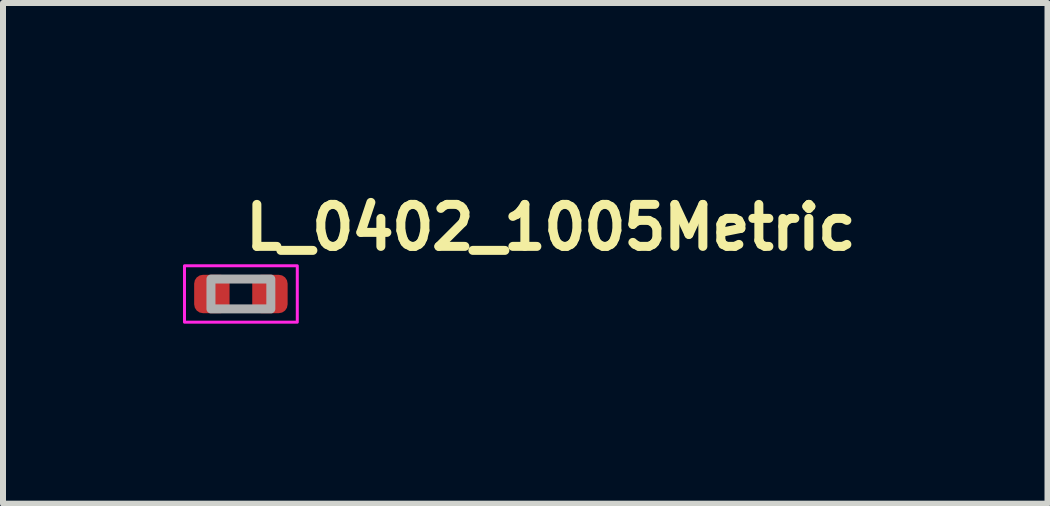
<source format=kicad_pcb>
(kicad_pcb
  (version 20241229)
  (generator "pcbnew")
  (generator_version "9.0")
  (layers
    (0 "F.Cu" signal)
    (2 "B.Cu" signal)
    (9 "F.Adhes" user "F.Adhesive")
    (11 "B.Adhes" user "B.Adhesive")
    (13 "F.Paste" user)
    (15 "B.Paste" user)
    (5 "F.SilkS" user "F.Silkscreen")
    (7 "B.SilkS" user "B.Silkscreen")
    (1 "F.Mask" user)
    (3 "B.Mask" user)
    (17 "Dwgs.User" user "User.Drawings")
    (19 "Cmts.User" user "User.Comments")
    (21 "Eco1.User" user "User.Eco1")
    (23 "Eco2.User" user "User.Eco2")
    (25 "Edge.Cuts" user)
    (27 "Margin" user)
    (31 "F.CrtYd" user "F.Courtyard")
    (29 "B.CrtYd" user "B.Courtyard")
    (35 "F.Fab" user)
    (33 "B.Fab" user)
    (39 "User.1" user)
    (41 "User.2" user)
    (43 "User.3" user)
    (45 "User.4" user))
  (footprint "L_0402_1005Metric"
    (layer "F.Cu")
    (at 0.965 1.85)
    (property "Reference" "L_0402_1005Metric" (at 0.001 -0.7 0) (layer "F.SilkS") (effects (font (size 0.7 0.7) (thickness 0.15)) (justify left bottom)))
    (attr smd)
    (fp_rect (start -0.94 -0.47) (end 0.94 0.47) (stroke (width 0.05) (type solid)) (fill no) (layer "F.CrtYd"))
    (fp_rect (start -0.499 -0.249) (end 0.499 0.249) (stroke (width 0.15) (type solid)) (fill no) (layer "F.Fab"))
    (fp_line (start -0.499 -0.244) (end -0.499 -0.243) (stroke (width 0.1) (type solid)) (layer "User.5"))
    (fp_line (start -0.499 -0.243) (end -0.499 -0.243) (stroke (width 0.1) (type solid)) (layer "User.5"))
    (fp_line (start -0.499 -0.243) (end -0.499 -0.242) (stroke (width 0.1) (type solid)) (layer "User.5"))
    (fp_line (start -0.499 -0.242) (end -0.499 -0.242) (stroke (width 0.1) (type solid)) (layer "User.5"))
    (fp_line (start -0.499 -0.242) (end -0.499 -0.242) (stroke (width 0.1) (type solid)) (layer "User.5"))
    (fp_line (start -0.499 -0.242) (end -0.499 -0.241) (stroke (width 0.1) (type solid)) (layer "User.5"))
    (fp_line (start -0.499 -0.241) (end -0.499 -0.241) (stroke (width 0.1) (type solid)) (layer "User.5"))
    (fp_line (start -0.499 -0.241) (end -0.499 -0.24) (stroke (width 0.1) (type solid)) (layer "User.5"))
    (fp_line (start -0.499 -0.24) (end -0.499 -0.239) (stroke (width 0.1) (type solid)) (layer "User.5"))
    (fp_line (start -0.499 -0.239) (end -0.499 -0.239) (stroke (width 0.1) (type solid)) (layer "User.5"))
    (fp_line (start -0.499 -0.239) (end -0.499 -0.239) (stroke (width 0.1) (type solid)) (layer "User.5"))
    (fp_line (start -0.499 -0.239) (end -0.499 -0.239) (stroke (width 0.1) (type solid)) (layer "User.5"))
    (fp_line (start -0.499 0.24) (end -0.499 -0.239) (stroke (width 0.1) (type solid)) (layer "User.5"))
    (fp_line (start -0.499 0.24) (end -0.499 0.24) (stroke (width 0.1) (type solid)) (layer "User.5"))
    (fp_line (start -0.499 0.24) (end -0.499 0.24) (stroke (width 0.1) (type solid)) (layer "User.5"))
    (fp_line (start -0.499 0.24) (end -0.499 0.24) (stroke (width 0.1) (type solid)) (layer "User.5"))
    (fp_line (start -0.499 0.24) (end -0.499 0.24) (stroke (width 0.1) (type solid)) (layer "User.5"))
    (fp_line (start -0.499 0.24) (end -0.499 0.24) (stroke (width 0.1) (type solid)) (layer "User.5"))
    (fp_line (start -0.499 0.24) (end -0.499 0.241) (stroke (width 0.1) (type solid)) (layer "User.5"))
    (fp_line (start -0.499 0.241) (end -0.499 0.241) (stroke (width 0.1) (type solid)) (layer "User.5"))
    (fp_line (start -0.499 0.241) (end -0.499 0.241) (stroke (width 0.1) (type solid)) (layer "User.5"))
    (fp_line (start -0.499 0.241) (end -0.499 0.242) (stroke (width 0.1) (type solid)) (layer "User.5"))
    (fp_line (start -0.499 0.242) (end -0.499 0.242) (stroke (width 0.1) (type solid)) (layer "User.5"))
    (fp_line (start -0.499 0.242) (end -0.499 0.243) (stroke (width 0.1) (type solid)) (layer "User.5"))
    (fp_line (start -0.499 0.243) (end -0.498 0.243) (stroke (width 0.1) (type solid)) (layer "User.5"))
    (fp_line (start -0.498 -0.245) (end -0.498 -0.245) (stroke (width 0.1) (type solid)) (layer "User.5"))
    (fp_line (start -0.498 -0.245) (end -0.498 -0.245) (stroke (width 0.1) (type solid)) (layer "User.5"))
    (fp_line (start -0.498 -0.245) (end -0.498 -0.244) (stroke (width 0.1) (type solid)) (layer "User.5"))
    (fp_line (start -0.498 -0.244) (end -0.499 -0.244) (stroke (width 0.1) (type solid)) (layer "User.5"))
    (fp_line (start -0.498 0.243) (end -0.498 0.244) (stroke (width 0.1) (type solid)) (layer "User.5"))
    (fp_line (start -0.498 0.244) (end -0.498 0.244) (stroke (width 0.1) (type solid)) (layer "User.5"))
    (fp_line (start -0.498 0.244) (end -0.498 0.244) (stroke (width 0.1) (type solid)) (layer "User.5"))
    (fp_line (start -0.498 0.244) (end -0.497 0.245) (stroke (width 0.1) (type solid)) (layer "User.5"))
    (fp_line (start -0.497 -0.247) (end -0.497 -0.246) (stroke (width 0.1) (type solid)) (layer "User.5"))
    (fp_line (start -0.497 -0.246) (end -0.498 -0.245) (stroke (width 0.1) (type solid)) (layer "User.5"))
    (fp_line (start -0.497 -0.246) (end -0.497 -0.246) (stroke (width 0.1) (type solid)) (layer "User.5"))
    (fp_line (start -0.497 0.245) (end -0.497 0.245) (stroke (width 0.1) (type solid)) (layer "User.5"))
    (fp_line (start -0.497 0.245) (end -0.497 0.246) (stroke (width 0.1) (type solid)) (layer "User.5"))
    (fp_line (start -0.497 0.246) (end -0.496 0.246) (stroke (width 0.1) (type solid)) (layer "User.5"))
    (fp_line (start -0.496 -0.247) (end -0.497 -0.247) (stroke (width 0.1) (type solid)) (layer "User.5"))
    (fp_line (start -0.496 -0.247) (end -0.496 -0.247) (stroke (width 0.1) (type solid)) (layer "User.5"))
    (fp_line (start -0.496 0.246) (end -0.496 0.246) (stroke (width 0.1) (type solid)) (layer "User.5"))
    (fp_line (start -0.496 0.246) (end -0.495 0.247) (stroke (width 0.1) (type solid)) (layer "User.5"))
    (fp_line (start -0.495 -0.248) (end -0.496 -0.247) (stroke (width 0.1) (type solid)) (layer "User.5"))
    (fp_line (start -0.495 -0.248) (end -0.495 -0.248) (stroke (width 0.1) (type solid)) (layer "User.5"))
    (fp_line (start -0.495 -0.248) (end -0.495 -0.248) (stroke (width 0.1) (type solid)) (layer "User.5"))
    (fp_line (start -0.495 0.247) (end -0.495 0.247) (stroke (width 0.1) (type solid)) (layer "User.5"))
    (fp_line (start -0.495 0.247) (end -0.495 0.247) (stroke (width 0.1) (type solid)) (layer "User.5"))
    (fp_line (start -0.495 0.247) (end -0.494 0.247) (stroke (width 0.1) (type solid)) (layer "User.5"))
    (fp_line (start -0.494 -0.249) (end -0.494 -0.248) (stroke (width 0.1) (type solid)) (layer "User.5"))
    (fp_line (start -0.494 -0.248) (end -0.495 -0.248) (stroke (width 0.1) (type solid)) (layer "User.5"))
    (fp_line (start -0.494 0.247) (end -0.494 0.248) (stroke (width 0.1) (type solid)) (layer "User.5"))
    (fp_line (start -0.494 0.248) (end -0.493 0.248) (stroke (width 0.1) (type solid)) (layer "User.5"))
    (fp_line (start -0.493 -0.249) (end -0.494 -0.249) (stroke (width 0.1) (type solid)) (layer "User.5"))
    (fp_line (start -0.493 -0.249) (end -0.493 -0.249) (stroke (width 0.1) (type solid)) (layer "User.5"))
    (fp_line (start -0.493 0.248) (end -0.493 0.248) (stroke (width 0.1) (type solid)) (layer "User.5"))
    (fp_line (start -0.493 0.248) (end -0.492 0.248) (stroke (width 0.1) (type solid)) (layer "User.5"))
    (fp_line (start -0.492 -0.249) (end -0.493 -0.249) (stroke (width 0.1) (type solid)) (layer "User.5"))
    (fp_line (start -0.492 -0.249) (end -0.492 -0.249) (stroke (width 0.1) (type solid)) (layer "User.5"))
    (fp_line (start -0.492 -0.249) (end -0.492 -0.249) (stroke (width 0.1) (type solid)) (layer "User.5"))
    (fp_line (start -0.492 0.248) (end -0.492 0.248) (stroke (width 0.1) (type solid)) (layer "User.5"))
    (fp_line (start -0.492 0.248) (end -0.492 0.248) (stroke (width 0.1) (type solid)) (layer "User.5"))
    (fp_line (start -0.492 0.248) (end -0.491 0.248) (stroke (width 0.1) (type solid)) (layer "User.5"))
    (fp_line (start -0.491 -0.249) (end -0.492 -0.249) (stroke (width 0.1) (type solid)) (layer "User.5"))
    (fp_line (start -0.491 -0.249) (end -0.491 -0.249) (stroke (width 0.1) (type solid)) (layer "User.5"))
    (fp_line (start -0.491 0.248) (end -0.491 0.248) (stroke (width 0.1) (type solid)) (layer "User.5"))
    (fp_line (start -0.491 0.248) (end -0.49 0.248) (stroke (width 0.1) (type solid)) (layer "User.5"))
    (fp_line (start -0.489 -0.249) (end -0.299 -0.249) (stroke (width 0.1) (type solid)) (layer "User.5"))
    (fp_line (start -0.299 -0.249) (end -0.299 -0.239) (stroke (width 0.1) (type solid)) (layer "User.5"))
    (fp_line (start -0.299 -0.239) (end -0.299 0.24) (stroke (width 0.1) (type solid)) (layer "User.5"))
    (fp_line (start -0.299 -0.239) (end 0.298 -0.239) (stroke (width 0.1) (type solid)) (layer "User.5"))
    (fp_line (start -0.299 0.24) (end -0.299 0.248) (stroke (width 0.1) (type solid)) (layer "User.5"))
    (fp_line (start -0.299 0.24) (end 0.298 0.24) (stroke (width 0.1) (type solid)) (layer "User.5"))
    (fp_line (start -0.299 0.248) (end -0.489 0.248) (stroke (width 0.1) (type solid)) (layer "User.5"))
    (fp_line (start 0.298 -0.249) (end 0.298 -0.239) (stroke (width 0.1) (type solid)) (layer "User.5"))
    (fp_line (start 0.298 -0.239) (end 0.298 0.24) (stroke (width 0.1) (type solid)) (layer "User.5"))
    (fp_line (start 0.298 0.24) (end 0.298 0.248) (stroke (width 0.1) (type solid)) (layer "User.5"))
    (fp_line (start 0.298 0.248) (end 0.488 0.248) (stroke (width 0.1) (type solid)) (layer "User.5"))
    (fp_line (start 0.488 -0.249) (end 0.298 -0.249) (stroke (width 0.1) (type solid)) (layer "User.5"))
    (fp_line (start 0.49 0.248) (end 0.491 0.248) (stroke (width 0.1) (type solid)) (layer "User.5"))
    (fp_line (start 0.491 -0.249) (end 0.49 -0.249) (stroke (width 0.1) (type solid)) (layer "User.5"))
    (fp_line (start 0.491 -0.249) (end 0.491 -0.249) (stroke (width 0.1) (type solid)) (layer "User.5"))
    (fp_line (start 0.491 -0.249) (end 0.491 -0.249) (stroke (width 0.1) (type solid)) (layer "User.5"))
    (fp_line (start 0.491 0.248) (end 0.491 0.248) (stroke (width 0.1) (type solid)) (layer "User.5"))
    (fp_line (start 0.491 0.248) (end 0.491 0.248) (stroke (width 0.1) (type solid)) (layer "User.5"))
    (fp_line (start 0.491 0.248) (end 0.492 0.248) (stroke (width 0.1) (type solid)) (layer "User.5"))
    (fp_line (start 0.492 -0.249) (end 0.491 -0.249) (stroke (width 0.1) (type solid)) (layer "User.5"))
    (fp_line (start 0.492 -0.249) (end 0.492 -0.249) (stroke (width 0.1) (type solid)) (layer "User.5"))
    (fp_line (start 0.492 0.248) (end 0.492 0.248) (stroke (width 0.1) (type solid)) (layer "User.5"))
    (fp_line (start 0.492 0.248) (end 0.493 0.248) (stroke (width 0.1) (type solid)) (layer "User.5"))
    (fp_line (start 0.493 -0.249) (end 0.492 -0.249) (stroke (width 0.1) (type solid)) (layer "User.5"))
    (fp_line (start 0.493 -0.248) (end 0.493 -0.249) (stroke (width 0.1) (type solid)) (layer "User.5"))
    (fp_line (start 0.493 0.247) (end 0.494 0.247) (stroke (width 0.1) (type solid)) (layer "User.5"))
    (fp_line (start 0.493 0.248) (end 0.493 0.247) (stroke (width 0.1) (type solid)) (layer "User.5"))
    (fp_line (start 0.494 -0.248) (end 0.493 -0.248) (stroke (width 0.1) (type solid)) (layer "User.5"))
    (fp_line (start 0.494 -0.248) (end 0.494 -0.248) (stroke (width 0.1) (type solid)) (layer "User.5"))
    (fp_line (start 0.494 -0.248) (end 0.494 -0.248) (stroke (width 0.1) (type solid)) (layer "User.5"))
    (fp_line (start 0.494 0.247) (end 0.494 0.247) (stroke (width 0.1) (type solid)) (layer "User.5"))
    (fp_line (start 0.494 0.247) (end 0.494 0.247) (stroke (width 0.1) (type solid)) (layer "User.5"))
    (fp_line (start 0.494 0.247) (end 0.495 0.246) (stroke (width 0.1) (type solid)) (layer "User.5"))
    (fp_line (start 0.495 -0.247) (end 0.494 -0.248) (stroke (width 0.1) (type solid)) (layer "User.5"))
    (fp_line (start 0.495 -0.247) (end 0.495 -0.247) (stroke (width 0.1) (type solid)) (layer "User.5"))
    (fp_line (start 0.495 0.246) (end 0.495 0.246) (stroke (width 0.1) (type solid)) (layer "User.5"))
    (fp_line (start 0.495 0.246) (end 0.496 0.246) (stroke (width 0.1) (type solid)) (layer "User.5"))
    (fp_line (start 0.496 -0.247) (end 0.495 -0.247) (stroke (width 0.1) (type solid)) (layer "User.5"))
    (fp_line (start 0.496 -0.246) (end 0.496 -0.247) (stroke (width 0.1) (type solid)) (layer "User.5"))
    (fp_line (start 0.496 -0.246) (end 0.496 -0.246) (stroke (width 0.1) (type solid)) (layer "User.5"))
    (fp_line (start 0.496 0.245) (end 0.496 0.245) (stroke (width 0.1) (type solid)) (layer "User.5"))
    (fp_line (start 0.496 0.245) (end 0.497 0.244) (stroke (width 0.1) (type solid)) (layer "User.5"))
    (fp_line (start 0.496 0.246) (end 0.496 0.245) (stroke (width 0.1) (type solid)) (layer "User.5"))
    (fp_line (start 0.497 -0.245) (end 0.496 -0.246) (stroke (width 0.1) (type solid)) (layer "User.5"))
    (fp_line (start 0.497 -0.245) (end 0.497 -0.245) (stroke (width 0.1) (type solid)) (layer "User.5"))
    (fp_line (start 0.497 -0.245) (end 0.497 -0.245) (stroke (width 0.1) (type solid)) (layer "User.5"))
    (fp_line (start 0.497 -0.244) (end 0.497 -0.245) (stroke (width 0.1) (type solid)) (layer "User.5"))
    (fp_line (start 0.497 0.243) (end 0.498 0.243) (stroke (width 0.1) (type solid)) (layer "User.5"))
    (fp_line (start 0.497 0.244) (end 0.497 0.243) (stroke (width 0.1) (type solid)) (layer "User.5"))
    (fp_line (start 0.497 0.244) (end 0.497 0.244) (stroke (width 0.1) (type solid)) (layer "User.5"))
    (fp_line (start 0.497 0.244) (end 0.497 0.244) (stroke (width 0.1) (type solid)) (layer "User.5"))
    (fp_line (start 0.498 -0.244) (end 0.497 -0.244) (stroke (width 0.1) (type solid)) (layer "User.5"))
    (fp_line (start 0.498 -0.243) (end 0.498 -0.244) (stroke (width 0.1) (type solid)) (layer "User.5"))
    (fp_line (start 0.498 -0.243) (end 0.498 -0.243) (stroke (width 0.1) (type solid)) (layer "User.5"))
    (fp_line (start 0.498 -0.242) (end 0.498 -0.243) (stroke (width 0.1) (type solid)) (layer "User.5"))
    (fp_line (start 0.498 -0.242) (end 0.498 -0.242) (stroke (width 0.1) (type solid)) (layer "User.5"))
    (fp_line (start 0.498 -0.242) (end 0.498 -0.242) (stroke (width 0.1) (type solid)) (layer "User.5"))
    (fp_line (start 0.498 -0.241) (end 0.498 -0.242) (stroke (width 0.1) (type solid)) (layer "User.5"))
    (fp_line (start 0.498 -0.241) (end 0.498 -0.241) (stroke (width 0.1) (type solid)) (layer "User.5"))
    (fp_line (start 0.498 -0.24) (end 0.498 -0.241) (stroke (width 0.1) (type solid)) (layer "User.5"))
    (fp_line (start 0.498 0.24) (end 0.498 -0.239) (stroke (width 0.1) (type solid)) (layer "User.5"))
    (fp_line (start 0.498 0.24) (end 0.498 0.24) (stroke (width 0.1) (type solid)) (layer "User.5"))
    (fp_line (start 0.498 0.241) (end 0.498 0.24) (stroke (width 0.1) (type solid)) (layer "User.5"))
    (fp_line (start 0.498 0.241) (end 0.498 0.241) (stroke (width 0.1) (type solid)) (layer "User.5"))
    (fp_line (start 0.498 0.241) (end 0.498 0.241) (stroke (width 0.1) (type solid)) (layer "User.5"))
    (fp_line (start 0.498 0.242) (end 0.498 0.241) (stroke (width 0.1) (type solid)) (layer "User.5"))
    (fp_line (start 0.498 0.242) (end 0.498 0.242) (stroke (width 0.1) (type solid)) (layer "User.5"))
    (fp_line (start 0.498 0.243) (end 0.498 0.242) (stroke (width 0.1) (type solid)) (layer "User.5"))
    (fp_rect (start -0.499 -0.249) (end 0.498 0.248) (stroke (width 0.1) (type solid)) (fill no) (layer "User.5"))
    (fp_line (start -0.499 -0.244) (end -0.499 -0.243) (stroke (width 0.02) (type solid)) (layer "User.9"))
    (fp_line (start -0.499 -0.243) (end -0.499 -0.243) (stroke (width 0.02) (type solid)) (layer "User.9"))
    (fp_line (start -0.499 -0.243) (end -0.499 -0.242) (stroke (width 0.02) (type solid)) (layer "User.9"))
    (fp_line (start -0.499 -0.242) (end -0.499 -0.242) (stroke (width 0.02) (type solid)) (layer "User.9"))
    (fp_line (start -0.499 -0.242) (end -0.499 -0.242) (stroke (width 0.02) (type solid)) (layer "User.9"))
    (fp_line (start -0.499 -0.242) (end -0.499 -0.241) (stroke (width 0.02) (type solid)) (layer "User.9"))
    (fp_line (start -0.499 -0.241) (end -0.499 -0.241) (stroke (width 0.02) (type solid)) (layer "User.9"))
    (fp_line (start -0.499 -0.241) (end -0.499 -0.24) (stroke (width 0.02) (type solid)) (layer "User.9"))
    (fp_line (start -0.499 -0.24) (end -0.499 -0.239) (stroke (width 0.02) (type solid)) (layer "User.9"))
    (fp_line (start -0.499 -0.239) (end -0.499 -0.239) (stroke (width 0.02) (type solid)) (layer "User.9"))
    (fp_line (start -0.499 -0.239) (end -0.499 -0.239) (stroke (width 0.02) (type solid)) (layer "User.9"))
    (fp_line (start -0.499 -0.239) (end -0.499 -0.239) (stroke (width 0.02) (type solid)) (layer "User.9"))
    (fp_line (start -0.499 -0.239) (end -0.499 -0.239) (stroke (width 0.02) (type solid)) (layer "User.9"))
    (fp_line (start -0.499 -0.239) (end -0.499 -0.239) (stroke (width 0.02) (type solid)) (layer "User.9"))
    (fp_line (start -0.499 -0.239) (end -0.499 -0.239) (stroke (width 0.02) (type solid)) (layer "User.9"))
    (fp_line (start -0.499 -0.239) (end -0.499 -0.239) (stroke (width 0.02) (type solid)) (layer "User.9"))
    (fp_line (start -0.499 -0.239) (end -0.499 -0.238) (stroke (width 0.02) (type solid)) (layer "User.9"))
    (fp_line (start -0.499 -0.238) (end -0.499 -0.238) (stroke (width 0.02) (type solid)) (layer "User.9"))
    (fp_line (start -0.499 -0.238) (end -0.499 -0.237) (stroke (width 0.02) (type solid)) (layer "User.9"))
    (fp_line (start -0.499 -0.237) (end -0.498 -0.237) (stroke (width 0.02) (type solid)) (layer "User.9"))
    (fp_line (start -0.499 0.236) (end -0.499 0.237) (stroke (width 0.02) (type solid)) (layer "User.9"))
    (fp_line (start -0.499 0.237) (end -0.499 0.237) (stroke (width 0.02) (type solid)) (layer "User.9"))
    (fp_line (start -0.499 0.237) (end -0.499 0.238) (stroke (width 0.02) (type solid)) (layer "User.9"))
    (fp_line (start -0.499 0.238) (end -0.499 0.238) (stroke (width 0.02) (type solid)) (layer "User.9"))
    (fp_line (start -0.499 0.238) (end -0.499 0.238) (stroke (width 0.02) (type solid)) (layer "User.9"))
    (fp_line (start -0.499 0.238) (end -0.499 0.239) (stroke (width 0.02) (type solid)) (layer "User.9"))
    (fp_line (start -0.499 0.239) (end -0.499 0.239) (stroke (width 0.02) (type solid)) (layer "User.9"))
    (fp_line (start -0.499 0.239) (end -0.499 0.24) (stroke (width 0.02) (type solid)) (layer "User.9"))
    (fp_line (start -0.499 0.24) (end -0.499 -0.239) (stroke (width 0.02) (type solid)) (layer "User.9"))
    (fp_line (start -0.499 0.24) (end -0.499 0.24) (stroke (width 0.02) (type solid)) (layer "User.9"))
    (fp_line (start -0.499 0.24) (end -0.499 0.24) (stroke (width 0.02) (type solid)) (layer "User.9"))
    (fp_line (start -0.499 0.24) (end -0.499 0.24) (stroke (width 0.02) (type solid)) (layer "User.9"))
    (fp_line (start -0.499 0.24) (end -0.499 0.24) (stroke (width 0.02) (type solid)) (layer "User.9"))
    (fp_line (start -0.499 0.24) (end -0.499 0.24) (stroke (width 0.02) (type solid)) (layer "User.9"))
    (fp_line (start -0.499 0.24) (end -0.499 0.241) (stroke (width 0.02) (type solid)) (layer "User.9"))
    (fp_line (start -0.499 0.241) (end -0.499 0.241) (stroke (width 0.02) (type solid)) (layer "User.9"))
    (fp_line (start -0.499 0.241) (end -0.499 0.241) (stroke (width 0.02) (type solid)) (layer "User.9"))
    (fp_line (start -0.499 0.241) (end -0.499 0.242) (stroke (width 0.02) (type solid)) (layer "User.9"))
    (fp_line (start -0.499 0.242) (end -0.499 0.242) (stroke (width 0.02) (type solid)) (layer "User.9"))
    (fp_line (start -0.499 0.242) (end -0.499 0.243) (stroke (width 0.02) (type solid)) (layer "User.9"))
    (fp_line (start -0.499 0.243) (end -0.498 0.243) (stroke (width 0.02) (type solid)) (layer "User.9"))
    (fp_line (start -0.498 -0.245) (end -0.498 -0.245) (stroke (width 0.02) (type solid)) (layer "User.9"))
    (fp_line (start -0.498 -0.245) (end -0.498 -0.245) (stroke (width 0.02) (type solid)) (layer "User.9"))
    (fp_line (start -0.498 -0.245) (end -0.498 -0.244) (stroke (width 0.02) (type solid)) (layer "User.9"))
    (fp_line (start -0.498 -0.244) (end -0.499 -0.244) (stroke (width 0.02) (type solid)) (layer "User.9"))
    (fp_line (start -0.498 -0.237) (end -0.498 -0.236) (stroke (width 0.02) (type solid)) (layer "User.9"))
    (fp_line (start -0.498 -0.236) (end -0.498 -0.236) (stroke (width 0.02) (type solid)) (layer "User.9"))
    (fp_line (start -0.498 -0.236) (end -0.498 -0.236) (stroke (width 0.02) (type solid)) (layer "User.9"))
    (fp_line (start -0.498 -0.236) (end -0.497 -0.235) (stroke (width 0.02) (type solid)) (layer "User.9"))
    (fp_line (start -0.498 0.235) (end -0.498 0.235) (stroke (width 0.02) (type solid)) (layer "User.9"))
    (fp_line (start -0.498 0.235) (end -0.498 0.235) (stroke (width 0.02) (type solid)) (layer "User.9"))
    (fp_line (start -0.498 0.235) (end -0.498 0.236) (stroke (width 0.02) (type solid)) (layer "User.9"))
    (fp_line (start -0.498 0.236) (end -0.499 0.236) (stroke (width 0.02) (type solid)) (layer "User.9"))
    (fp_line (start -0.498 0.243) (end -0.498 0.244) (stroke (width 0.02) (type solid)) (layer "User.9"))
    (fp_line (start -0.498 0.244) (end -0.498 0.244) (stroke (width 0.02) (type solid)) (layer "User.9"))
    (fp_line (start -0.498 0.244) (end -0.498 0.244) (stroke (width 0.02) (type solid)) (layer "User.9"))
    (fp_line (start -0.498 0.244) (end -0.497 0.245) (stroke (width 0.02) (type solid)) (layer "User.9"))
    (fp_line (start -0.497 -0.247) (end -0.497 -0.246) (stroke (width 0.02) (type solid)) (layer "User.9"))
    (fp_line (start -0.497 -0.246) (end -0.498 -0.245) (stroke (width 0.02) (type solid)) (layer "User.9"))
    (fp_line (start -0.497 -0.246) (end -0.497 -0.246) (stroke (width 0.02) (type solid)) (layer "User.9"))
    (fp_line (start -0.497 -0.235) (end -0.497 -0.235) (stroke (width 0.02) (type solid)) (layer "User.9"))
    (fp_line (start -0.497 -0.235) (end -0.497 -0.234) (stroke (width 0.02) (type solid)) (layer "User.9"))
    (fp_line (start -0.497 -0.234) (end -0.496 -0.234) (stroke (width 0.02) (type solid)) (layer "User.9"))
    (fp_line (start -0.497 0.233) (end -0.497 0.234) (stroke (width 0.02) (type solid)) (layer "User.9"))
    (fp_line (start -0.497 0.234) (end -0.498 0.235) (stroke (width 0.02) (type solid)) (layer "User.9"))
    (fp_line (start -0.497 0.234) (end -0.497 0.234) (stroke (width 0.02) (type solid)) (layer "User.9"))
    (fp_line (start -0.497 0.245) (end -0.497 0.245) (stroke (width 0.02) (type solid)) (layer "User.9"))
    (fp_line (start -0.497 0.245) (end -0.497 0.246) (stroke (width 0.02) (type solid)) (layer "User.9"))
    (fp_line (start -0.497 0.246) (end -0.496 0.246) (stroke (width 0.02) (type solid)) (layer "User.9"))
    (fp_line (start -0.496 -0.247) (end -0.497 -0.247) (stroke (width 0.02) (type solid)) (layer "User.9"))
    (fp_line (start -0.496 -0.247) (end -0.496 -0.247) (stroke (width 0.02) (type solid)) (layer "User.9"))
    (fp_line (start -0.496 -0.234) (end -0.496 -0.234) (stroke (width 0.02) (type solid)) (layer "User.9"))
    (fp_line (start -0.496 -0.234) (end -0.495 -0.233) (stroke (width 0.02) (type solid)) (layer "User.9"))
    (fp_line (start -0.496 0.233) (end -0.497 0.233) (stroke (width 0.02) (type solid)) (layer "User.9"))
    (fp_line (start -0.496 0.233) (end -0.496 0.233) (stroke (width 0.02) (type solid)) (layer "User.9"))
    (fp_line (start -0.496 0.246) (end -0.496 0.246) (stroke (width 0.02) (type solid)) (layer "User.9"))
    (fp_line (start -0.496 0.246) (end -0.495 0.247) (stroke (width 0.02) (type solid)) (layer "User.9"))
    (fp_line (start -0.495 -0.248) (end -0.496 -0.247) (stroke (width 0.02) (type solid)) (layer "User.9"))
    (fp_line (start -0.495 -0.248) (end -0.495 -0.248) (stroke (width 0.02) (type solid)) (layer "User.9"))
    (fp_line (start -0.495 -0.248) (end -0.495 -0.248) (stroke (width 0.02) (type solid)) (layer "User.9"))
    (fp_line (start -0.495 -0.233) (end -0.495 -0.233) (stroke (width 0.02) (type solid)) (layer "User.9"))
    (fp_line (start -0.495 -0.233) (end -0.495 -0.233) (stroke (width 0.02) (type solid)) (layer "User.9"))
    (fp_line (start -0.495 -0.233) (end -0.494 -0.233) (stroke (width 0.02) (type solid)) (layer "User.9"))
    (fp_line (start -0.495 0.232) (end -0.496 0.233) (stroke (width 0.02) (type solid)) (layer "User.9"))
    (fp_line (start -0.495 0.232) (end -0.495 0.232) (stroke (width 0.02) (type solid)) (layer "User.9"))
    (fp_line (start -0.495 0.232) (end -0.495 0.232) (stroke (width 0.02) (type solid)) (layer "User.9"))
    (fp_line (start -0.495 0.247) (end -0.495 0.247) (stroke (width 0.02) (type solid)) (layer "User.9"))
    (fp_line (start -0.495 0.247) (end -0.495 0.247) (stroke (width 0.02) (type solid)) (layer "User.9"))
    (fp_line (start -0.495 0.247) (end -0.494 0.247) (stroke (width 0.02) (type solid)) (layer "User.9"))
    (fp_line (start -0.494 -0.249) (end -0.494 -0.248) (stroke (width 0.02) (type solid)) (layer "User.9"))
    (fp_line (start -0.494 -0.248) (end -0.495 -0.248) (stroke (width 0.02) (type solid)) (layer "User.9"))
    (fp_line (start -0.494 -0.233) (end -0.494 -0.232) (stroke (width 0.02) (type solid)) (layer "User.9"))
    (fp_line (start -0.494 -0.232) (end -0.493 -0.232) (stroke (width 0.02) (type solid)) (layer "User.9"))
    (fp_line (start -0.494 0.231) (end -0.494 0.232) (stroke (width 0.02) (type solid)) (layer "User.9"))
    (fp_line (start -0.494 0.232) (end -0.495 0.232) (stroke (width 0.02) (type solid)) (layer "User.9"))
    (fp_line (start -0.494 0.247) (end -0.494 0.248) (stroke (width 0.02) (type solid)) (layer "User.9"))
    (fp_line (start -0.494 0.248) (end -0.493 0.248) (stroke (width 0.02) (type solid)) (layer "User.9"))
    (fp_line (start -0.493 -0.249) (end -0.494 -0.249) (stroke (width 0.02) (type solid)) (layer "User.9"))
    (fp_line (start -0.493 -0.249) (end -0.493 -0.249) (stroke (width 0.02) (type solid)) (layer "User.9"))
    (fp_line (start -0.493 -0.232) (end -0.493 -0.232) (stroke (width 0.02) (type solid)) (layer "User.9"))
    (fp_line (start -0.493 -0.232) (end -0.492 -0.232) (stroke (width 0.02) (type solid)) (layer "User.9"))
    (fp_line (start -0.493 0.231) (end -0.494 0.231) (stroke (width 0.02) (type solid)) (layer "User.9"))
    (fp_line (start -0.493 0.231) (end -0.493 0.231) (stroke (width 0.02) (type solid)) (layer "User.9"))
    (fp_line (start -0.493 0.248) (end -0.493 0.248) (stroke (width 0.02) (type solid)) (layer "User.9"))
    (fp_line (start -0.493 0.248) (end -0.492 0.248) (stroke (width 0.02) (type solid)) (layer "User.9"))
    (fp_line (start -0.492 -0.249) (end -0.493 -0.249) (stroke (width 0.02) (type solid)) (layer "User.9"))
    (fp_line (start -0.492 -0.249) (end -0.492 -0.249) (stroke (width 0.02) (type solid)) (layer "User.9"))
    (fp_line (start -0.492 -0.249) (end -0.492 -0.249) (stroke (width 0.02) (type solid)) (layer "User.9"))
    (fp_line (start -0.492 -0.232) (end -0.492 -0.232) (stroke (width 0.02) (type solid)) (layer "User.9"))
    (fp_line (start -0.492 -0.232) (end -0.492 -0.232) (stroke (width 0.02) (type solid)) (layer "User.9"))
    (fp_line (start -0.492 -0.232) (end -0.491 -0.232) (stroke (width 0.02) (type solid)) (layer "User.9"))
    (fp_line (start -0.492 0.231) (end -0.493 0.231) (stroke (width 0.02) (type solid)) (layer "User.9"))
    (fp_line (start -0.492 0.231) (end -0.492 0.231) (stroke (width 0.02) (type solid)) (layer "User.9"))
    (fp_line (start -0.492 0.231) (end -0.492 0.231) (stroke (width 0.02) (type solid)) (layer "User.9"))
    (fp_line (start -0.492 0.248) (end -0.492 0.248) (stroke (width 0.02) (type solid)) (layer "User.9"))
    (fp_line (start -0.492 0.248) (end -0.492 0.248) (stroke (width 0.02) (type solid)) (layer "User.9"))
    (fp_line (start -0.492 0.248) (end -0.491 0.248) (stroke (width 0.02) (type solid)) (layer "User.9"))
    (fp_line (start -0.491 -0.249) (end -0.492 -0.249) (stroke (width 0.02) (type solid)) (layer "User.9"))
    (fp_line (start -0.491 -0.249) (end -0.491 -0.249) (stroke (width 0.02) (type solid)) (layer "User.9"))
    (fp_line (start -0.491 -0.232) (end -0.491 -0.232) (stroke (width 0.02) (type solid)) (layer "User.9"))
    (fp_line (start -0.491 -0.232) (end -0.49 -0.232) (stroke (width 0.02) (type solid)) (layer "User.9"))
    (fp_line (start -0.491 0.231) (end -0.492 0.231) (stroke (width 0.02) (type solid)) (layer "User.9"))
    (fp_line (start -0.491 0.231) (end -0.491 0.231) (stroke (width 0.02) (type solid)) (layer "User.9"))
    (fp_line (start -0.491 0.248) (end -0.491 0.248) (stroke (width 0.02) (type solid)) (layer "User.9"))
    (fp_line (start -0.491 0.248) (end -0.49 0.248) (stroke (width 0.02) (type solid)) (layer "User.9"))
    (fp_line (start -0.49 -0.249) (end -0.491 -0.249) (stroke (width 0.02) (type solid)) (layer "User.9"))
    (fp_line (start -0.49 -0.232) (end -0.489 -0.232) (stroke (width 0.02) (type solid)) (layer "User.9"))
    (fp_line (start -0.49 0.231) (end -0.491 0.231) (stroke (width 0.02) (type solid)) (layer "User.9"))
    (fp_line (start -0.49 0.248) (end -0.489 0.248) (stroke (width 0.02) (type solid)) (layer "User.9"))
    (fp_line (start -0.489 -0.249) (end -0.49 -0.249) (stroke (width 0.02) (type solid)) (layer "User.9"))
    (fp_line (start -0.489 -0.249) (end -0.489 -0.249) (stroke (width 0.02) (type solid)) (layer "User.9"))
    (fp_line (start -0.489 -0.249) (end -0.489 -0.249) (stroke (width 0.02) (type solid)) (layer "User.9"))
    (fp_line (start -0.489 -0.249) (end -0.299 -0.249) (stroke (width 0.02) (type solid)) (layer "User.9"))
    (fp_line (start -0.489 -0.232) (end -0.489 -0.232) (stroke (width 0.02) (type solid)) (layer "User.9"))
    (fp_line (start -0.489 -0.232) (end -0.489 -0.232) (stroke (width 0.02) (type solid)) (layer "User.9"))
    (fp_line (start -0.489 -0.232) (end -0.488 -0.232) (stroke (width 0.02) (type solid)) (layer "User.9"))
    (fp_line (start -0.489 0.231) (end -0.49 0.231) (stroke (width 0.02) (type solid)) (layer "User.9"))
    (fp_line (start -0.489 0.231) (end -0.489 0.231) (stroke (width 0.02) (type solid)) (layer "User.9"))
    (fp_line (start -0.489 0.231) (end -0.489 0.231) (stroke (width 0.02) (type solid)) (layer "User.9"))
    (fp_line (start -0.489 0.248) (end -0.489 0.248) (stroke (width 0.02) (type solid)) (layer "User.9"))
    (fp_line (start -0.489 0.248) (end -0.489 0.248) (stroke (width 0.02) (type solid)) (layer "User.9"))
    (fp_line (start -0.489 0.248) (end -0.488 0.248) (stroke (width 0.02) (type solid)) (layer "User.9"))
    (fp_line (start -0.488 -0.249) (end -0.489 -0.249) (stroke (width 0.02) (type solid)) (layer "User.9"))
    (fp_line (start -0.488 -0.249) (end -0.488 -0.249) (stroke (width 0.02) (type solid)) (layer "User.9"))
    (fp_line (start -0.488 -0.232) (end -0.488 -0.232) (stroke (width 0.02) (type solid)) (layer "User.9"))
    (fp_line (start -0.488 -0.232) (end -0.487 -0.232) (stroke (width 0.02) (type solid)) (layer "User.9"))
    (fp_line (start -0.488 0.231) (end -0.489 0.231) (stroke (width 0.02) (type solid)) (layer "User.9"))
    (fp_line (start -0.488 0.231) (end -0.488 0.231) (stroke (width 0.02) (type solid)) (layer "User.9"))
    (fp_line (start -0.488 0.248) (end -0.488 0.248) (stroke (width 0.02) (type solid)) (layer "User.9"))
    (fp_line (start -0.488 0.248) (end -0.487 0.248) (stroke (width 0.02) (type solid)) (layer "User.9"))
    (fp_line (start -0.487 -0.249) (end -0.488 -0.249) (stroke (width 0.02) (type solid)) (layer "User.9"))
    (fp_line (start -0.487 -0.249) (end -0.487 -0.249) (stroke (width 0.02) (type solid)) (layer "User.9"))
    (fp_line (start -0.487 -0.249) (end -0.487 -0.249) (stroke (width 0.02) (type solid)) (layer "User.9"))
    (fp_line (start -0.487 -0.232) (end -0.487 -0.232) (stroke (width 0.02) (type solid)) (layer "User.9"))
    (fp_line (start -0.487 -0.232) (end -0.487 -0.232) (stroke (width 0.02) (type solid)) (layer "User.9"))
    (fp_line (start -0.487 -0.232) (end -0.486 -0.232) (stroke (width 0.02) (type solid)) (layer "User.9"))
    (fp_line (start -0.487 0.231) (end -0.488 0.231) (stroke (width 0.02) (type solid)) (layer "User.9"))
    (fp_line (start -0.487 0.231) (end -0.487 0.231) (stroke (width 0.02) (type solid)) (layer "User.9"))
    (fp_line (start -0.487 0.231) (end -0.487 0.231) (stroke (width 0.02) (type solid)) (layer "User.9"))
    (fp_line (start -0.487 0.248) (end -0.487 0.248) (stroke (width 0.02) (type solid)) (layer "User.9"))
    (fp_line (start -0.487 0.248) (end -0.487 0.248) (stroke (width 0.02) (type solid)) (layer "User.9"))
    (fp_line (start -0.487 0.248) (end -0.486 0.248) (stroke (width 0.02) (type solid)) (layer "User.9"))
    (fp_line (start -0.486 -0.249) (end -0.487 -0.249) (stroke (width 0.02) (type solid)) (layer "User.9"))
    (fp_line (start -0.486 -0.249) (end -0.486 -0.249) (stroke (width 0.02) (type solid)) (layer "User.9"))
    (fp_line (start -0.486 -0.232) (end -0.486 -0.232) (stroke (width 0.02) (type solid)) (layer "User.9"))
    (fp_line (start -0.486 -0.232) (end -0.485 -0.232) (stroke (width 0.02) (type solid)) (layer "User.9"))
    (fp_line (start -0.486 0.231) (end -0.487 0.231) (stroke (width 0.02) (type solid)) (layer "User.9"))
    (fp_line (start -0.486 0.231) (end -0.486 0.231) (stroke (width 0.02) (type solid)) (layer "User.9"))
    (fp_line (start -0.486 0.248) (end -0.486 0.248) (stroke (width 0.02) (type solid)) (layer "User.9"))
    (fp_line (start -0.486 0.248) (end -0.485 0.248) (stroke (width 0.02) (type solid)) (layer "User.9"))
    (fp_line (start -0.485 -0.249) (end -0.486 -0.249) (stroke (width 0.02) (type solid)) (layer "User.9"))
    (fp_line (start -0.485 -0.248) (end -0.485 -0.249) (stroke (width 0.02) (type solid)) (layer "User.9"))
    (fp_line (start -0.485 -0.233) (end -0.484 -0.233) (stroke (width 0.02) (type solid)) (layer "User.9"))
    (fp_line (start -0.485 -0.232) (end -0.485 -0.233) (stroke (width 0.02) (type solid)) (layer "User.9"))
    (fp_line (start -0.485 0.231) (end -0.486 0.231) (stroke (width 0.02) (type solid)) (layer "User.9"))
    (fp_line (start -0.485 0.232) (end -0.485 0.231) (stroke (width 0.02) (type solid)) (layer "User.9"))
    (fp_line (start -0.485 0.247) (end -0.484 0.247) (stroke (width 0.02) (type solid)) (layer "User.9"))
    (fp_line (start -0.485 0.248) (end -0.485 0.247) (stroke (width 0.02) (type solid)) (layer "User.9"))
    (fp_line (start -0.484 -0.248) (end -0.485 -0.248) (stroke (width 0.02) (type solid)) (layer "User.9"))
    (fp_line (start -0.484 -0.248) (end -0.484 -0.248) (stroke (width 0.02) (type solid)) (layer "User.9"))
    (fp_line (start -0.484 -0.248) (end -0.484 -0.248) (stroke (width 0.02) (type solid)) (layer "User.9"))
    (fp_line (start -0.484 -0.233) (end -0.484 -0.233) (stroke (width 0.02) (type solid)) (layer "User.9"))
    (fp_line (start -0.484 -0.233) (end -0.484 -0.233) (stroke (width 0.02) (type solid)) (layer "User.9"))
    (fp_line (start -0.484 -0.233) (end -0.483 -0.234) (stroke (width 0.02) (type solid)) (layer "User.9"))
    (fp_line (start -0.484 0.232) (end -0.485 0.232) (stroke (width 0.02) (type solid)) (layer "User.9"))
    (fp_line (start -0.484 0.232) (end -0.484 0.232) (stroke (width 0.02) (type solid)) (layer "User.9"))
    (fp_line (start -0.484 0.232) (end -0.484 0.232) (stroke (width 0.02) (type solid)) (layer "User.9"))
    (fp_line (start -0.484 0.247) (end -0.484 0.247) (stroke (width 0.02) (type solid)) (layer "User.9"))
    (fp_line (start -0.484 0.247) (end -0.484 0.247) (stroke (width 0.02) (type solid)) (layer "User.9"))
    (fp_line (start -0.484 0.247) (end -0.483 0.246) (stroke (width 0.02) (type solid)) (layer "User.9"))
    (fp_line (start -0.483 -0.247) (end -0.484 -0.248) (stroke (width 0.02) (type solid)) (layer "User.9"))
    (fp_line (start -0.483 -0.247) (end -0.483 -0.247) (stroke (width 0.02) (type solid)) (layer "User.9"))
    (fp_line (start -0.483 -0.234) (end -0.483 -0.234) (stroke (width 0.02) (type solid)) (layer "User.9"))
    (fp_line (start -0.483 -0.234) (end -0.482 -0.234) (stroke (width 0.02) (type solid)) (layer "User.9"))
    (fp_line (start -0.483 0.233) (end -0.484 0.232) (stroke (width 0.02) (type solid)) (layer "User.9"))
    (fp_line (start -0.483 0.233) (end -0.483 0.233) (stroke (width 0.02) (type solid)) (layer "User.9"))
    (fp_line (start -0.483 0.246) (end -0.483 0.246) (stroke (width 0.02) (type solid)) (layer "User.9"))
    (fp_line (start -0.483 0.246) (end -0.482 0.246) (stroke (width 0.02) (type solid)) (layer "User.9"))
    (fp_line (start -0.482 -0.247) (end -0.483 -0.247) (stroke (width 0.02) (type solid)) (layer "User.9"))
    (fp_line (start -0.482 -0.246) (end -0.482 -0.247) (stroke (width 0.02) (type solid)) (layer "User.9"))
    (fp_line (start -0.482 -0.246) (end -0.482 -0.246) (stroke (width 0.02) (type solid)) (layer "User.9"))
    (fp_line (start -0.482 -0.235) (end -0.482 -0.235) (stroke (width 0.02) (type solid)) (layer "User.9"))
    (fp_line (start -0.482 -0.235) (end -0.481 -0.236) (stroke (width 0.02) (type solid)) (layer "User.9"))
    (fp_line (start -0.482 -0.234) (end -0.482 -0.235) (stroke (width 0.02) (type solid)) (layer "User.9"))
    (fp_line (start -0.482 0.233) (end -0.483 0.233) (stroke (width 0.02) (type solid)) (layer "User.9"))
    (fp_line (start -0.482 0.234) (end -0.482 0.233) (stroke (width 0.02) (type solid)) (layer "User.9"))
    (fp_line (start -0.482 0.234) (end -0.482 0.234) (stroke (width 0.02) (type solid)) (layer "User.9"))
    (fp_line (start -0.482 0.245) (end -0.482 0.245) (stroke (width 0.02) (type solid)) (layer "User.9"))
    (fp_line (start -0.482 0.245) (end -0.481 0.244) (stroke (width 0.02) (type solid)) (layer "User.9"))
    (fp_line (start -0.482 0.246) (end -0.482 0.245) (stroke (width 0.02) (type solid)) (layer "User.9"))
    (fp_line (start -0.481 -0.245) (end -0.482 -0.246) (stroke (width 0.02) (type solid)) (layer "User.9"))
    (fp_line (start -0.481 -0.245) (end -0.481 -0.245) (stroke (width 0.02) (type solid)) (layer "User.9"))
    (fp_line (start -0.481 -0.245) (end -0.481 -0.245) (stroke (width 0.02) (type solid)) (layer "User.9"))
    (fp_line (start -0.481 -0.244) (end -0.481 -0.245) (stroke (width 0.02) (type solid)) (layer "User.9"))
    (fp_line (start -0.481 -0.237) (end -0.48 -0.237) (stroke (width 0.02) (type solid)) (layer "User.9"))
    (fp_line (start -0.481 -0.236) (end -0.481 -0.237) (stroke (width 0.02) (type solid)) (layer "User.9"))
    (fp_line (start -0.481 -0.236) (end -0.481 -0.236) (stroke (width 0.02) (type solid)) (layer "User.9"))
    (fp_line (start -0.481 -0.236) (end -0.481 -0.236) (stroke (width 0.02) (type solid)) (layer "User.9"))
    (fp_line (start -0.481 0.235) (end -0.482 0.234) (stroke (width 0.02) (type solid)) (layer "User.9"))
    (fp_line (start -0.481 0.235) (end -0.481 0.235) (stroke (width 0.02) (type solid)) (layer "User.9"))
    (fp_line (start -0.481 0.235) (end -0.481 0.235) (stroke (width 0.02) (type solid)) (layer "User.9"))
    (fp_line (start -0.481 0.236) (end -0.481 0.235) (stroke (width 0.02) (type solid)) (layer "User.9"))
    (fp_line (start -0.481 0.243) (end -0.48 0.243) (stroke (width 0.02) (type solid)) (layer "User.9"))
    (fp_line (start -0.481 0.244) (end -0.481 0.243) (stroke (width 0.02) (type solid)) (layer "User.9"))
    (fp_line (start -0.481 0.244) (end -0.481 0.244) (stroke (width 0.02) (type solid)) (layer "User.9"))
    (fp_line (start -0.481 0.244) (end -0.481 0.244) (stroke (width 0.02) (type solid)) (layer "User.9"))
    (fp_line (start -0.48 -0.244) (end -0.481 -0.244) (stroke (width 0.02) (type solid)) (layer "User.9"))
    (fp_line (start -0.48 -0.243) (end -0.48 -0.244) (stroke (width 0.02) (type solid)) (layer "User.9"))
    (fp_line (start -0.48 -0.243) (end -0.48 -0.243) (stroke (width 0.02) (type solid)) (layer "User.9"))
    (fp_line (start -0.48 -0.242) (end -0.48 -0.243) (stroke (width 0.02) (type solid)) (layer "User.9"))
    (fp_line (start -0.48 -0.242) (end -0.48 -0.242) (stroke (width 0.02) (type solid)) (layer "User.9"))
    (fp_line (start -0.48 -0.242) (end -0.48 -0.242) (stroke (width 0.02) (type solid)) (layer "User.9"))
    (fp_line (start -0.48 -0.241) (end -0.48 -0.242) (stroke (width 0.02) (type solid)) (layer "User.9"))
    (fp_line (start -0.48 -0.241) (end -0.48 -0.241) (stroke (width 0.02) (type solid)) (layer "User.9"))
    (fp_line (start -0.48 -0.24) (end -0.48 -0.241) (stroke (width 0.02) (type solid)) (layer "User.9"))
    (fp_line (start -0.48 -0.239) (end -0.48 -0.239) (stroke (width 0.02) (type solid)) (layer "User.9"))
    (fp_line (start -0.48 -0.239) (end -0.48 -0.239) (stroke (width 0.02) (type solid)) (layer "User.9"))
    (fp_line (start -0.48 -0.239) (end -0.48 -0.239) (stroke (width 0.02) (type solid)) (layer "User.9"))
    (fp_line (start -0.48 -0.239) (end -0.48 -0.239) (stroke (width 0.02) (type solid)) (layer "User.9"))
    (fp_line (start -0.48 -0.239) (end -0.48 -0.239) (stroke (width 0.02) (type solid)) (layer "User.9"))
    (fp_line (start -0.48 -0.239) (end -0.479 -0.239) (stroke (width 0.02) (type solid)) (layer "User.9"))
    (fp_line (start -0.48 -0.238) (end -0.48 -0.239) (stroke (width 0.02) (type solid)) (layer "User.9"))
    (fp_line (start -0.48 -0.238) (end -0.48 -0.238) (stroke (width 0.02) (type solid)) (layer "User.9"))
    (fp_line (start -0.48 -0.237) (end -0.48 -0.238) (stroke (width 0.02) (type solid)) (layer "User.9"))
    (fp_line (start -0.48 0.236) (end -0.481 0.236) (stroke (width 0.02) (type solid)) (layer "User.9"))
    (fp_line (start -0.48 0.237) (end -0.48 0.236) (stroke (width 0.02) (type solid)) (layer "User.9"))
    (fp_line (start -0.48 0.237) (end -0.48 0.237) (stroke (width 0.02) (type solid)) (layer "User.9"))
    (fp_line (start -0.48 0.238) (end -0.48 0.237) (stroke (width 0.02) (type solid)) (layer "User.9"))
    (fp_line (start -0.48 0.238) (end -0.48 0.238) (stroke (width 0.02) (type solid)) (layer "User.9"))
    (fp_line (start -0.48 0.238) (end -0.48 0.238) (stroke (width 0.02) (type solid)) (layer "User.9"))
    (fp_line (start -0.48 0.239) (end -0.48 0.238) (stroke (width 0.02) (type solid)) (layer "User.9"))
    (fp_line (start -0.48 0.239) (end -0.48 0.239) (stroke (width 0.02) (type solid)) (layer "User.9"))
    (fp_line (start -0.48 0.24) (end -0.48 0.239) (stroke (width 0.02) (type solid)) (layer "User.9"))
    (fp_line (start -0.48 0.24) (end -0.48 0.24) (stroke (width 0.02) (type solid)) (layer "User.9"))
    (fp_line (start -0.48 0.24) (end -0.48 0.24) (stroke (width 0.02) (type solid)) (layer "User.9"))
    (fp_line (start -0.48 0.24) (end -0.479 0.24) (stroke (width 0.02) (type solid)) (layer "User.9"))
    (fp_line (start -0.48 0.241) (end -0.48 0.24) (stroke (width 0.02) (type solid)) (layer "User.9"))
    (fp_line (start -0.48 0.241) (end -0.48 0.241) (stroke (width 0.02) (type solid)) (layer "User.9"))
    (fp_line (start -0.48 0.241) (end -0.48 0.241) (stroke (width 0.02) (type solid)) (layer "User.9"))
    (fp_line (start -0.48 0.242) (end -0.48 0.241) (stroke (width 0.02) (type solid)) (layer "User.9"))
    (fp_line (start -0.48 0.242) (end -0.48 0.242) (stroke (width 0.02) (type solid)) (layer "User.9"))
    (fp_line (start -0.48 0.243) (end -0.48 0.242) (stroke (width 0.02) (type solid)) (layer "User.9"))
    (fp_line (start -0.479 -0.239) (end -0.48 -0.24) (stroke (width 0.02) (type solid)) (layer "User.9"))
    (fp_line (start -0.479 -0.239) (end -0.479 -0.239) (stroke (width 0.02) (type solid)) (layer "User.9"))
    (fp_line (start -0.479 -0.239) (end -0.479 -0.239) (stroke (width 0.02) (type solid)) (layer "User.9"))
    (fp_line (start -0.479 0.24) (end -0.48 0.24) (stroke (width 0.02) (type solid)) (layer "User.9"))
    (fp_line (start -0.479 0.24) (end -0.479 0.24) (stroke (width 0.02) (type solid)) (layer "User.9"))
    (fp_line (start -0.479 0.24) (end -0.479 0.24) (stroke (width 0.02) (type solid)) (layer "User.9"))
    (fp_line (start -0.299 -0.249) (end -0.299 -0.239) (stroke (width 0.02) (type solid)) (layer "User.9"))
    (fp_line (start -0.299 -0.239) (end -0.299 0.24) (stroke (width 0.02) (type solid)) (layer "User.9"))
    (fp_line (start -0.299 -0.239) (end 0.298 -0.239) (stroke (width 0.02) (type solid)) (layer "User.9"))
    (fp_line (start -0.299 0.24) (end -0.299 0.248) (stroke (width 0.02) (type solid)) (layer "User.9"))
    (fp_line (start -0.299 0.24) (end 0.298 0.24) (stroke (width 0.02) (type solid)) (layer "User.9"))
    (fp_line (start -0.299 0.248) (end -0.489 0.248) (stroke (width 0.02) (type solid)) (layer "User.9"))
    (fp_line (start 0.298 -0.249) (end 0.298 -0.239) (stroke (width 0.02) (type solid)) (layer "User.9"))
    (fp_line (start 0.298 -0.239) (end 0.298 0.24) (stroke (width 0.02) (type solid)) (layer "User.9"))
    (fp_line (start 0.298 0.24) (end 0.298 0.248) (stroke (width 0.02) (type solid)) (layer "User.9"))
    (fp_line (start 0.298 0.248) (end 0.488 0.248) (stroke (width 0.02) (type solid)) (layer "User.9"))
    (fp_line (start 0.48 -0.245) (end 0.48 -0.245) (stroke (width 0.02) (type solid)) (layer "User.9"))
    (fp_line (start 0.48 -0.245) (end 0.48 -0.245) (stroke (width 0.02) (type solid)) (layer "User.9"))
    (fp_line (start 0.48 -0.245) (end 0.48 -0.244) (stroke (width 0.02) (type solid)) (layer "User.9"))
    (fp_line (start 0.48 -0.244) (end 0.48 -0.244) (stroke (width 0.02) (type solid)) (layer "User.9"))
    (fp_line (start 0.48 -0.244) (end 0.48 -0.243) (stroke (width 0.02) (type solid)) (layer "User.9"))
    (fp_line (start 0.48 -0.243) (end 0.48 -0.243) (stroke (width 0.02) (type solid)) (layer "User.9"))
    (fp_line (start 0.48 -0.243) (end 0.48 -0.242) (stroke (width 0.02) (type solid)) (layer "User.9"))
    (fp_line (start 0.48 -0.242) (end 0.48 -0.242) (stroke (width 0.02) (type solid)) (layer "User.9"))
    (fp_line (start 0.48 -0.242) (end 0.48 -0.242) (stroke (width 0.02) (type solid)) (layer "User.9"))
    (fp_line (start 0.48 -0.242) (end 0.48 -0.241) (stroke (width 0.02) (type solid)) (layer "User.9"))
    (fp_line (start 0.48 -0.241) (end 0.48 -0.241) (stroke (width 0.02) (type solid)) (layer "User.9"))
    (fp_line (start 0.48 -0.241) (end 0.48 -0.24) (stroke (width 0.02) (type solid)) (layer "User.9"))
    (fp_line (start 0.48 -0.24) (end 0.48 -0.239) (stroke (width 0.02) (type solid)) (layer "User.9"))
    (fp_line (start 0.48 -0.239) (end 0.48 -0.239) (stroke (width 0.02) (type solid)) (layer "User.9"))
    (fp_line (start 0.48 -0.239) (end 0.48 -0.239) (stroke (width 0.02) (type solid)) (layer "User.9"))
    (fp_line (start 0.48 -0.239) (end 0.48 -0.239) (stroke (width 0.02) (type solid)) (layer "User.9"))
    (fp_line (start 0.48 -0.239) (end 0.48 -0.239) (stroke (width 0.02) (type solid)) (layer "User.9"))
    (fp_line (start 0.48 -0.239) (end 0.48 -0.239) (stroke (width 0.02) (type solid)) (layer "User.9"))
    (fp_line (start 0.48 -0.239) (end 0.48 -0.239) (stroke (width 0.02) (type solid)) (layer "User.9"))
    (fp_line (start 0.48 -0.239) (end 0.48 -0.239) (stroke (width 0.02) (type solid)) (layer "User.9"))
    (fp_line (start 0.48 -0.239) (end 0.48 -0.238) (stroke (width 0.02) (type solid)) (layer "User.9"))
    (fp_line (start 0.48 -0.238) (end 0.48 -0.238) (stroke (width 0.02) (type solid)) (layer "User.9"))
    (fp_line (start 0.48 -0.238) (end 0.48 -0.237) (stroke (width 0.02) (type solid)) (layer "User.9"))
    (fp_line (start 0.48 -0.237) (end 0.48 -0.237) (stroke (width 0.02) (type solid)) (layer "User.9"))
    (fp_line (start 0.48 -0.237) (end 0.48 -0.236) (stroke (width 0.02) (type solid)) (layer "User.9"))
    (fp_line (start 0.48 -0.236) (end 0.48 -0.236) (stroke (width 0.02) (type solid)) (layer "User.9"))
    (fp_line (start 0.48 -0.236) (end 0.48 -0.236) (stroke (width 0.02) (type solid)) (layer "User.9"))
    (fp_line (start 0.48 -0.236) (end 0.481 -0.235) (stroke (width 0.02) (type solid)) (layer "User.9"))
    (fp_line (start 0.48 0.235) (end 0.48 0.235) (stroke (width 0.02) (type solid)) (layer "User.9"))
    (fp_line (start 0.48 0.235) (end 0.48 0.235) (stroke (width 0.02) (type solid)) (layer "User.9"))
    (fp_line (start 0.48 0.235) (end 0.48 0.236) (stroke (width 0.02) (type solid)) (layer "User.9"))
    (fp_line (start 0.48 0.236) (end 0.48 0.236) (stroke (width 0.02) (type solid)) (layer "User.9"))
    (fp_line (start 0.48 0.236) (end 0.48 0.237) (stroke (width 0.02) (type solid)) (layer "User.9"))
    (fp_line (start 0.48 0.237) (end 0.48 0.237) (stroke (width 0.02) (type solid)) (layer "User.9"))
    (fp_line (start 0.48 0.237) (end 0.48 0.238) (stroke (width 0.02) (type solid)) (layer "User.9"))
    (fp_line (start 0.48 0.238) (end 0.48 0.238) (stroke (width 0.02) (type solid)) (layer "User.9"))
    (fp_line (start 0.48 0.238) (end 0.48 0.238) (stroke (width 0.02) (type solid)) (layer "User.9"))
    (fp_line (start 0.48 0.238) (end 0.48 0.239) (stroke (width 0.02) (type solid)) (layer "User.9"))
    (fp_line (start 0.48 0.239) (end 0.48 0.239) (stroke (width 0.02) (type solid)) (layer "User.9"))
    (fp_line (start 0.48 0.239) (end 0.48 0.24) (stroke (width 0.02) (type solid)) (layer "User.9"))
    (fp_line (start 0.48 0.24) (end 0.48 0.24) (stroke (width 0.02) (type solid)) (layer "User.9"))
    (fp_line (start 0.48 0.24) (end 0.48 0.24) (stroke (width 0.02) (type solid)) (layer "User.9"))
    (fp_line (start 0.48 0.24) (end 0.48 0.24) (stroke (width 0.02) (type solid)) (layer "User.9"))
    (fp_line (start 0.48 0.24) (end 0.48 0.24) (stroke (width 0.02) (type solid)) (layer "User.9"))
    (fp_line (start 0.48 0.24) (end 0.48 0.24) (stroke (width 0.02) (type solid)) (layer "User.9"))
    (fp_line (start 0.48 0.24) (end 0.48 0.241) (stroke (width 0.02) (type solid)) (layer "User.9"))
    (fp_line (start 0.48 0.241) (end 0.48 0.241) (stroke (width 0.02) (type solid)) (layer "User.9"))
    (fp_line (start 0.48 0.241) (end 0.48 0.241) (stroke (width 0.02) (type solid)) (layer "User.9"))
    (fp_line (start 0.48 0.241) (end 0.48 0.242) (stroke (width 0.02) (type solid)) (layer "User.9"))
    (fp_line (start 0.48 0.242) (end 0.48 0.242) (stroke (width 0.02) (type solid)) (layer "User.9"))
    (fp_line (start 0.48 0.242) (end 0.48 0.243) (stroke (width 0.02) (type solid)) (layer "User.9"))
    (fp_line (start 0.48 0.243) (end 0.48 0.243) (stroke (width 0.02) (type solid)) (layer "User.9"))
    (fp_line (start 0.48 0.243) (end 0.48 0.244) (stroke (width 0.02) (type solid)) (layer "User.9"))
    (fp_line (start 0.48 0.244) (end 0.48 0.244) (stroke (width 0.02) (type solid)) (layer "User.9"))
    (fp_line (start 0.48 0.244) (end 0.48 0.244) (stroke (width 0.02) (type solid)) (layer "User.9"))
    (fp_line (start 0.48 0.244) (end 0.481 0.245) (stroke (width 0.02) (type solid)) (layer "User.9"))
    (fp_line (start 0.481 -0.247) (end 0.481 -0.246) (stroke (width 0.02) (type solid)) (layer "User.9"))
    (fp_line (start 0.481 -0.246) (end 0.48 -0.245) (stroke (width 0.02) (type solid)) (layer "User.9"))
    (fp_line (start 0.481 -0.246) (end 0.481 -0.246) (stroke (width 0.02) (type solid)) (layer "User.9"))
    (fp_line (start 0.481 -0.235) (end 0.481 -0.235) (stroke (width 0.02) (type solid)) (layer "User.9"))
    (fp_line (start 0.481 -0.235) (end 0.481 -0.234) (stroke (width 0.02) (type solid)) (layer "User.9"))
    (fp_line (start 0.481 -0.234) (end 0.482 -0.234) (stroke (width 0.02) (type solid)) (layer "User.9"))
    (fp_line (start 0.481 0.233) (end 0.481 0.234) (stroke (width 0.02) (type solid)) (layer "User.9"))
    (fp_line (start 0.481 0.234) (end 0.48 0.235) (stroke (width 0.02) (type solid)) (layer "User.9"))
    (fp_line (start 0.481 0.234) (end 0.481 0.234) (stroke (width 0.02) (type solid)) (layer "User.9"))
    (fp_line (start 0.481 0.245) (end 0.481 0.245) (stroke (width 0.02) (type solid)) (layer "User.9"))
    (fp_line (start 0.481 0.245) (end 0.481 0.246) (stroke (width 0.02) (type solid)) (layer "User.9"))
    (fp_line (start 0.481 0.246) (end 0.482 0.246) (stroke (width 0.02) (type solid)) (layer "User.9"))
    (fp_line (start 0.482 -0.247) (end 0.481 -0.247) (stroke (width 0.02) (type solid)) (layer "User.9"))
    (fp_line (start 0.482 -0.247) (end 0.482 -0.247) (stroke (width 0.02) (type solid)) (layer "User.9"))
    (fp_line (start 0.482 -0.234) (end 0.482 -0.234) (stroke (width 0.02) (type solid)) (layer "User.9"))
    (fp_line (start 0.482 -0.234) (end 0.483 -0.233) (stroke (width 0.02) (type solid)) (layer "User.9"))
    (fp_line (start 0.482 0.233) (end 0.481 0.233) (stroke (width 0.02) (type solid)) (layer "User.9"))
    (fp_line (start 0.482 0.233) (end 0.482 0.233) (stroke (width 0.02) (type solid)) (layer "User.9"))
    (fp_line (start 0.482 0.246) (end 0.482 0.246) (stroke (width 0.02) (type solid)) (layer "User.9"))
    (fp_line (start 0.482 0.246) (end 0.483 0.247) (stroke (width 0.02) (type solid)) (layer "User.9"))
    (fp_line (start 0.483 -0.248) (end 0.482 -0.247) (stroke (width 0.02) (type solid)) (layer "User.9"))
    (fp_line (start 0.483 -0.248) (end 0.483 -0.248) (stroke (width 0.02) (type solid)) (layer "User.9"))
    (fp_line (start 0.483 -0.248) (end 0.483 -0.248) (stroke (width 0.02) (type solid)) (layer "User.9"))
    (fp_line (start 0.483 -0.233) (end 0.483 -0.233) (stroke (width 0.02) (type solid)) (layer "User.9"))
    (fp_line (start 0.483 -0.233) (end 0.483 -0.233) (stroke (width 0.02) (type solid)) (layer "User.9"))
    (fp_line (start 0.483 -0.233) (end 0.484 -0.233) (stroke (width 0.02) (type solid)) (layer "User.9"))
    (fp_line (start 0.483 0.232) (end 0.482 0.233) (stroke (width 0.02) (type solid)) (layer "User.9"))
    (fp_line (start 0.483 0.232) (end 0.483 0.232) (stroke (width 0.02) (type solid)) (layer "User.9"))
    (fp_line (start 0.483 0.232) (end 0.483 0.232) (stroke (width 0.02) (type solid)) (layer "User.9"))
    (fp_line (start 0.483 0.247) (end 0.483 0.247) (stroke (width 0.02) (type solid)) (layer "User.9"))
    (fp_line (start 0.483 0.247) (end 0.483 0.247) (stroke (width 0.02) (type solid)) (layer "User.9"))
    (fp_line (start 0.483 0.247) (end 0.484 0.247) (stroke (width 0.02) (type solid)) (layer "User.9"))
    (fp_line (start 0.484 -0.249) (end 0.484 -0.248) (stroke (width 0.02) (type solid)) (layer "User.9"))
    (fp_line (start 0.484 -0.248) (end 0.483 -0.248) (stroke (width 0.02) (type solid)) (layer "User.9"))
    (fp_line (start 0.484 -0.233) (end 0.484 -0.232) (stroke (width 0.02) (type solid)) (layer "User.9"))
    (fp_line (start 0.484 -0.232) (end 0.485 -0.232) (stroke (width 0.02) (type solid)) (layer "User.9"))
    (fp_line (start 0.484 0.231) (end 0.484 0.232) (stroke (width 0.02) (type solid)) (layer "User.9"))
    (fp_line (start 0.484 0.232) (end 0.483 0.232) (stroke (width 0.02) (type solid)) (layer "User.9"))
    (fp_line (start 0.484 0.247) (end 0.484 0.248) (stroke (width 0.02) (type solid)) (layer "User.9"))
    (fp_line (start 0.484 0.248) (end 0.485 0.248) (stroke (width 0.02) (type solid)) (layer "User.9"))
    (fp_line (start 0.485 -0.249) (end 0.484 -0.249) (stroke (width 0.02) (type solid)) (layer "User.9"))
    (fp_line (start 0.485 -0.249) (end 0.485 -0.249) (stroke (width 0.02) (type solid)) (layer "User.9"))
    (fp_line (start 0.485 -0.232) (end 0.485 -0.232) (stroke (width 0.02) (type solid)) (layer "User.9"))
    (fp_line (start 0.485 -0.232) (end 0.486 -0.232) (stroke (width 0.02) (type solid)) (layer "User.9"))
    (fp_line (start 0.485 0.231) (end 0.484 0.231) (stroke (width 0.02) (type solid)) (layer "User.9"))
    (fp_line (start 0.485 0.231) (end 0.485 0.231) (stroke (width 0.02) (type solid)) (layer "User.9"))
    (fp_line (start 0.485 0.248) (end 0.485 0.248) (stroke (width 0.02) (type solid)) (layer "User.9"))
    (fp_line (start 0.485 0.248) (end 0.486 0.248) (stroke (width 0.02) (type solid)) (layer "User.9"))
    (fp_line (start 0.486 -0.249) (end 0.485 -0.249) (stroke (width 0.02) (type solid)) (layer "User.9"))
    (fp_line (start 0.486 -0.249) (end 0.486 -0.249) (stroke (width 0.02) (type solid)) (layer "User.9"))
    (fp_line (start 0.486 -0.249) (end 0.486 -0.249) (stroke (width 0.02) (type solid)) (layer "User.9"))
    (fp_line (start 0.486 -0.232) (end 0.486 -0.232) (stroke (width 0.02) (type solid)) (layer "User.9"))
    (fp_line (start 0.486 -0.232) (end 0.486 -0.232) (stroke (width 0.02) (type solid)) (layer "User.9"))
    (fp_line (start 0.486 -0.232) (end 0.487 -0.232) (stroke (width 0.02) (type solid)) (layer "User.9"))
    (fp_line (start 0.486 0.231) (end 0.485 0.231) (stroke (width 0.02) (type solid)) (layer "User.9"))
    (fp_line (start 0.486 0.231) (end 0.486 0.231) (stroke (width 0.02) (type solid)) (layer "User.9"))
    (fp_line (start 0.486 0.231) (end 0.486 0.231) (stroke (width 0.02) (type solid)) (layer "User.9"))
    (fp_line (start 0.486 0.248) (end 0.486 0.248) (stroke (width 0.02) (type solid)) (layer "User.9"))
    (fp_line (start 0.486 0.248) (end 0.486 0.248) (stroke (width 0.02) (type solid)) (layer "User.9"))
    (fp_line (start 0.486 0.248) (end 0.487 0.248) (stroke (width 0.02) (type solid)) (layer "User.9"))
    (fp_line (start 0.487 -0.249) (end 0.486 -0.249) (stroke (width 0.02) (type solid)) (layer "User.9"))
    (fp_line (start 0.487 -0.249) (end 0.487 -0.249) (stroke (width 0.02) (type solid)) (layer "User.9"))
    (fp_line (start 0.487 -0.232) (end 0.487 -0.232) (stroke (width 0.02) (type solid)) (layer "User.9"))
    (fp_line (start 0.487 -0.232) (end 0.488 -0.232) (stroke (width 0.02) (type solid)) (layer "User.9"))
    (fp_line (start 0.487 0.231) (end 0.486 0.231) (stroke (width 0.02) (type solid)) (layer "User.9"))
    (fp_line (start 0.487 0.231) (end 0.487 0.231) (stroke (width 0.02) (type solid)) (layer "User.9"))
    (fp_line (start 0.487 0.248) (end 0.487 0.248) (stroke (width 0.02) (type solid)) (layer "User.9"))
    (fp_line (start 0.487 0.248) (end 0.488 0.248) (stroke (width 0.02) (type solid)) (layer "User.9"))
    (fp_line (start 0.488 -0.249) (end 0.298 -0.249) (stroke (width 0.02) (type solid)) (layer "User.9"))
    (fp_line (start 0.488 -0.249) (end 0.487 -0.249) (stroke (width 0.02) (type solid)) (layer "User.9"))
    (fp_line (start 0.488 -0.249) (end 0.488 -0.249) (stroke (width 0.02) (type solid)) (layer "User.9"))
    (fp_line (start 0.488 -0.249) (end 0.488 -0.249) (stroke (width 0.02) (type solid)) (layer "User.9"))
    (fp_line (start 0.488 -0.232) (end 0.488 -0.232) (stroke (width 0.02) (type solid)) (layer "User.9"))
    (fp_line (start 0.488 -0.232) (end 0.488 -0.232) (stroke (width 0.02) (type solid)) (layer "User.9"))
    (fp_line (start 0.488 -0.232) (end 0.489 -0.232) (stroke (width 0.02) (type solid)) (layer "User.9"))
    (fp_line (start 0.488 0.231) (end 0.487 0.231) (stroke (width 0.02) (type solid)) (layer "User.9"))
    (fp_line (start 0.488 0.231) (end 0.488 0.231) (stroke (width 0.02) (type solid)) (layer "User.9"))
    (fp_line (start 0.488 0.231) (end 0.488 0.231) (stroke (width 0.02) (type solid)) (layer "User.9"))
    (fp_line (start 0.488 0.248) (end 0.488 0.248) (stroke (width 0.02) (type solid)) (layer "User.9"))
    (fp_line (start 0.488 0.248) (end 0.488 0.248) (stroke (width 0.02) (type solid)) (layer "User.9"))
    (fp_line (start 0.488 0.248) (end 0.489 0.248) (stroke (width 0.02) (type solid)) (layer "User.9"))
    (fp_line (start 0.489 -0.249) (end 0.488 -0.249) (stroke (width 0.02) (type solid)) (layer "User.9"))
    (fp_line (start 0.489 -0.232) (end 0.49 -0.232) (stroke (width 0.02) (type solid)) (layer "User.9"))
    (fp_line (start 0.489 0.231) (end 0.488 0.231) (stroke (width 0.02) (type solid)) (layer "User.9"))
    (fp_line (start 0.489 0.248) (end 0.49 0.248) (stroke (width 0.02) (type solid)) (layer "User.9"))
    (fp_line (start 0.49 -0.249) (end 0.489 -0.249) (stroke (width 0.02) (type solid)) (layer "User.9"))
    (fp_line (start 0.49 -0.249) (end 0.49 -0.249) (stroke (width 0.02) (type solid)) (layer "User.9"))
    (fp_line (start 0.49 -0.232) (end 0.49 -0.232) (stroke (width 0.02) (type solid)) (layer "User.9"))
    (fp_line (start 0.49 -0.232) (end 0.491 -0.232) (stroke (width 0.02) (type solid)) (layer "User.9"))
    (fp_line (start 0.49 0.231) (end 0.489 0.231) (stroke (width 0.02) (type solid)) (layer "User.9"))
    (fp_line (start 0.49 0.231) (end 0.49 0.231) (stroke (width 0.02) (type solid)) (layer "User.9"))
    (fp_line (start 0.49 0.248) (end 0.49 0.248) (stroke (width 0.02) (type solid)) (layer "User.9"))
    (fp_line (start 0.49 0.248) (end 0.491 0.248) (stroke (width 0.02) (type solid)) (layer "User.9"))
    (fp_line (start 0.491 -0.249) (end 0.49 -0.249) (stroke (width 0.02) (type solid)) (layer "User.9"))
    (fp_line (start 0.491 -0.249) (end 0.491 -0.249) (stroke (width 0.02) (type solid)) (layer "User.9"))
    (fp_line (start 0.491 -0.249) (end 0.491 -0.249) (stroke (width 0.02) (type solid)) (layer "User.9"))
    (fp_line (start 0.491 -0.232) (end 0.491 -0.232) (stroke (width 0.02) (type solid)) (layer "User.9"))
    (fp_line (start 0.491 -0.232) (end 0.491 -0.232) (stroke (width 0.02) (type solid)) (layer "User.9"))
    (fp_line (start 0.491 -0.232) (end 0.492 -0.232) (stroke (width 0.02) (type solid)) (layer "User.9"))
    (fp_line (start 0.491 0.231) (end 0.49 0.231) (stroke (width 0.02) (type solid)) (layer "User.9"))
    (fp_line (start 0.491 0.231) (end 0.491 0.231) (stroke (width 0.02) (type solid)) (layer "User.9"))
    (fp_line (start 0.491 0.231) (end 0.491 0.231) (stroke (width 0.02) (type solid)) (layer "User.9"))
    (fp_line (start 0.491 0.248) (end 0.491 0.248) (stroke (width 0.02) (type solid)) (layer "User.9"))
    (fp_line (start 0.491 0.248) (end 0.491 0.248) (stroke (width 0.02) (type solid)) (layer "User.9"))
    (fp_line (start 0.491 0.248) (end 0.492 0.248) (stroke (width 0.02) (type solid)) (layer "User.9"))
    (fp_line (start 0.492 -0.249) (end 0.491 -0.249) (stroke (width 0.02) (type solid)) (layer "User.9"))
    (fp_line (start 0.492 -0.249) (end 0.492 -0.249) (stroke (width 0.02) (type solid)) (layer "User.9"))
    (fp_line (start 0.492 -0.232) (end 0.492 -0.232) (stroke (width 0.02) (type solid)) (layer "User.9"))
    (fp_line (start 0.492 -0.232) (end 0.493 -0.232) (stroke (width 0.02) (type solid)) (layer "User.9"))
    (fp_line (start 0.492 0.231) (end 0.491 0.231) (stroke (width 0.02) (type solid)) (layer "User.9"))
    (fp_line (start 0.492 0.231) (end 0.492 0.231) (stroke (width 0.02) (type solid)) (layer "User.9"))
    (fp_line (start 0.492 0.248) (end 0.492 0.248) (stroke (width 0.02) (type solid)) (layer "User.9"))
    (fp_line (start 0.492 0.248) (end 0.493 0.248) (stroke (width 0.02) (type solid)) (layer "User.9"))
    (fp_line (start 0.493 -0.249) (end 0.492 -0.249) (stroke (width 0.02) (type solid)) (layer "User.9"))
    (fp_line (start 0.493 -0.248) (end 0.493 -0.249) (stroke (width 0.02) (type solid)) (layer "User.9"))
    (fp_line (start 0.493 -0.233) (end 0.494 -0.233) (stroke (width 0.02) (type solid)) (layer "User.9"))
    (fp_line (start 0.493 -0.232) (end 0.493 -0.233) (stroke (width 0.02) (type solid)) (layer "User.9"))
    (fp_line (start 0.493 0.231) (end 0.492 0.231) (stroke (width 0.02) (type solid)) (layer "User.9"))
    (fp_line (start 0.493 0.232) (end 0.493 0.231) (stroke (width 0.02) (type solid)) (layer "User.9"))
    (fp_line (start 0.493 0.247) (end 0.494 0.247) (stroke (width 0.02) (type solid)) (layer "User.9"))
    (fp_line (start 0.493 0.248) (end 0.493 0.247) (stroke (width 0.02) (type solid)) (layer "User.9"))
    (fp_line (start 0.494 -0.248) (end 0.493 -0.248) (stroke (width 0.02) (type solid)) (layer "User.9"))
    (fp_line (start 0.494 -0.248) (end 0.494 -0.248) (stroke (width 0.02) (type solid)) (layer "User.9"))
    (fp_line (start 0.494 -0.248) (end 0.494 -0.248) (stroke (width 0.02) (type solid)) (layer "User.9"))
    (fp_line (start 0.494 -0.233) (end 0.494 -0.233) (stroke (width 0.02) (type solid)) (layer "User.9"))
    (fp_line (start 0.494 -0.233) (end 0.494 -0.233) (stroke (width 0.02) (type solid)) (layer "User.9"))
    (fp_line (start 0.494 -0.233) (end 0.495 -0.234) (stroke (width 0.02) (type solid)) (layer "User.9"))
    (fp_line (start 0.494 0.232) (end 0.493 0.232) (stroke (width 0.02) (type solid)) (layer "User.9"))
    (fp_line (start 0.494 0.232) (end 0.494 0.232) (stroke (width 0.02) (type solid)) (layer "User.9"))
    (fp_line (start 0.494 0.232) (end 0.494 0.232) (stroke (width 0.02) (type solid)) (layer "User.9"))
    (fp_line (start 0.494 0.247) (end 0.494 0.247) (stroke (width 0.02) (type solid)) (layer "User.9"))
    (fp_line (start 0.494 0.247) (end 0.494 0.247) (stroke (width 0.02) (type solid)) (layer "User.9"))
    (fp_line (start 0.494 0.247) (end 0.495 0.246) (stroke (width 0.02) (type solid)) (layer "User.9"))
    (fp_line (start 0.495 -0.247) (end 0.494 -0.248) (stroke (width 0.02) (type solid)) (layer "User.9"))
    (fp_line (start 0.495 -0.247) (end 0.495 -0.247) (stroke (width 0.02) (type solid)) (layer "User.9"))
    (fp_line (start 0.495 -0.234) (end 0.495 -0.234) (stroke (width 0.02) (type solid)) (layer "User.9"))
    (fp_line (start 0.495 -0.234) (end 0.496 -0.234) (stroke (width 0.02) (type solid)) (layer "User.9"))
    (fp_line (start 0.495 0.233) (end 0.494 0.232) (stroke (width 0.02) (type solid)) (layer "User.9"))
    (fp_line (start 0.495 0.233) (end 0.495 0.233) (stroke (width 0.02) (type solid)) (layer "User.9"))
    (fp_line (start 0.495 0.246) (end 0.495 0.246) (stroke (width 0.02) (type solid)) (layer "User.9"))
    (fp_line (start 0.495 0.246) (end 0.496 0.246) (stroke (width 0.02) (type solid)) (layer "User.9"))
    (fp_line (start 0.496 -0.247) (end 0.495 -0.247) (stroke (width 0.02) (type solid)) (layer "User.9"))
    (fp_line (start 0.496 -0.246) (end 0.496 -0.247) (stroke (width 0.02) (type solid)) (layer "User.9"))
    (fp_line (start 0.496 -0.246) (end 0.496 -0.246) (stroke (width 0.02) (type solid)) (layer "User.9"))
    (fp_line (start 0.496 -0.235) (end 0.496 -0.235) (stroke (width 0.02) (type solid)) (layer "User.9"))
    (fp_line (start 0.496 -0.235) (end 0.497 -0.236) (stroke (width 0.02) (type solid)) (layer "User.9"))
    (fp_line (start 0.496 -0.234) (end 0.496 -0.235) (stroke (width 0.02) (type solid)) (layer "User.9"))
    (fp_line (start 0.496 0.233) (end 0.495 0.233) (stroke (width 0.02) (type solid)) (layer "User.9"))
    (fp_line (start 0.496 0.234) (end 0.496 0.233) (stroke (width 0.02) (type solid)) (layer "User.9"))
    (fp_line (start 0.496 0.234) (end 0.496 0.234) (stroke (width 0.02) (type solid)) (layer "User.9"))
    (fp_line (start 0.496 0.245) (end 0.496 0.245) (stroke (width 0.02) (type solid)) (layer "User.9"))
    (fp_line (start 0.496 0.245) (end 0.497 0.244) (stroke (width 0.02) (type solid)) (layer "User.9"))
    (fp_line (start 0.496 0.246) (end 0.496 0.245) (stroke (width 0.02) (type solid)) (layer "User.9"))
    (fp_line (start 0.497 -0.245) (end 0.496 -0.246) (stroke (width 0.02) (type solid)) (layer "User.9"))
    (fp_line (start 0.497 -0.245) (end 0.497 -0.245) (stroke (width 0.02) (type solid)) (layer "User.9"))
    (fp_line (start 0.497 -0.245) (end 0.497 -0.245) (stroke (width 0.02) (type solid)) (layer "User.9"))
    (fp_line (start 0.497 -0.244) (end 0.497 -0.245) (stroke (width 0.02) (type solid)) (layer "User.9"))
    (fp_line (start 0.497 -0.237) (end 0.498 -0.237) (stroke (width 0.02) (type solid)) (layer "User.9"))
    (fp_line (start 0.497 -0.236) (end 0.497 -0.237) (stroke (width 0.02) (type solid)) (layer "User.9"))
    (fp_line (start 0.497 -0.236) (end 0.497 -0.236) (stroke (width 0.02) (type solid)) (layer "User.9"))
    (fp_line (start 0.497 -0.236) (end 0.497 -0.236) (stroke (width 0.02) (type solid)) (layer "User.9"))
    (fp_line (start 0.497 0.235) (end 0.496 0.234) (stroke (width 0.02) (type solid)) (layer "User.9"))
    (fp_line (start 0.497 0.235) (end 0.497 0.235) (stroke (width 0.02) (type solid)) (layer "User.9"))
    (fp_line (start 0.497 0.235) (end 0.497 0.235) (stroke (width 0.02) (type solid)) (layer "User.9"))
    (fp_line (start 0.497 0.236) (end 0.497 0.235) (stroke (width 0.02) (type solid)) (layer "User.9"))
    (fp_line (start 0.497 0.243) (end 0.498 0.243) (stroke (width 0.02) (type solid)) (layer "User.9"))
    (fp_line (start 0.497 0.244) (end 0.497 0.243) (stroke (width 0.02) (type solid)) (layer "User.9"))
    (fp_line (start 0.497 0.244) (end 0.497 0.244) (stroke (width 0.02) (type solid)) (layer "User.9"))
    (fp_line (start 0.497 0.244) (end 0.497 0.244) (stroke (width 0.02) (type solid)) (layer "User.9"))
    (fp_line (start 0.498 -0.244) (end 0.497 -0.244) (stroke (width 0.02) (type solid)) (layer "User.9"))
    (fp_line (start 0.498 -0.243) (end 0.498 -0.244) (stroke (width 0.02) (type solid)) (layer "User.9"))
    (fp_line (start 0.498 -0.243) (end 0.498 -0.243) (stroke (width 0.02) (type solid)) (layer "User.9"))
    (fp_line (start 0.498 -0.242) (end 0.498 -0.243) (stroke (width 0.02) (type solid)) (layer "User.9"))
    (fp_line (start 0.498 -0.242) (end 0.498 -0.242) (stroke (width 0.02) (type solid)) (layer "User.9"))
    (fp_line (start 0.498 -0.242) (end 0.498 -0.242) (stroke (width 0.02) (type solid)) (layer "User.9"))
    (fp_line (start 0.498 -0.241) (end 0.498 -0.242) (stroke (width 0.02) (type solid)) (layer "User.9"))
    (fp_line (start 0.498 -0.241) (end 0.498 -0.241) (stroke (width 0.02) (type solid)) (layer "User.9"))
    (fp_line (start 0.498 -0.24) (end 0.498 -0.241) (stroke (width 0.02) (type solid)) (layer "User.9"))
    (fp_line (start 0.498 -0.239) (end 0.498 -0.24) (stroke (width 0.02) (type solid)) (layer "User.9"))
    (fp_line (start 0.498 -0.239) (end 0.498 -0.239) (stroke (width 0.02) (type solid)) (layer "User.9"))
    (fp_line (start 0.498 -0.239) (end 0.498 -0.239) (stroke (width 0.02) (type solid)) (layer "User.9"))
    (fp_line (start 0.498 -0.239) (end 0.498 -0.239) (stroke (width 0.02) (type solid)) (layer "User.9"))
    (fp_line (start 0.498 -0.239) (end 0.498 -0.239) (stroke (width 0.02) (type solid)) (layer "User.9"))
    (fp_line (start 0.498 -0.239) (end 0.498 -0.239) (stroke (width 0.02) (type solid)) (layer "User.9"))
    (fp_line (start 0.498 -0.239) (end 0.498 -0.239) (stroke (width 0.02) (type solid)) (layer "User.9"))
    (fp_line (start 0.498 -0.239) (end 0.498 -0.239) (stroke (width 0.02) (type solid)) (layer "User.9"))
    (fp_line (start 0.498 -0.239) (end 0.498 -0.239) (stroke (width 0.02) (type solid)) (layer "User.9"))
    (fp_line (start 0.498 -0.238) (end 0.498 -0.239) (stroke (width 0.02) (type solid)) (layer "User.9"))
    (fp_line (start 0.498 -0.238) (end 0.498 -0.238) (stroke (width 0.02) (type solid)) (layer "User.9"))
    (fp_line (start 0.498 -0.237) (end 0.498 -0.238) (stroke (width 0.02) (type solid)) (layer "User.9"))
    (fp_line (start 0.498 0.236) (end 0.497 0.236) (stroke (width 0.02) (type solid)) (layer "User.9"))
    (fp_line (start 0.498 0.237) (end 0.498 0.236) (stroke (width 0.02) (type solid)) (layer "User.9"))
    (fp_line (start 0.498 0.237) (end 0.498 0.237) (stroke (width 0.02) (type solid)) (layer "User.9"))
    (fp_line (start 0.498 0.238) (end 0.498 0.237) (stroke (width 0.02) (type solid)) (layer "User.9"))
    (fp_line (start 0.498 0.238) (end 0.498 0.238) (stroke (width 0.02) (type solid)) (layer "User.9"))
    (fp_line (start 0.498 0.238) (end 0.498 0.238) (stroke (width 0.02) (type solid)) (layer "User.9"))
    (fp_line (start 0.498 0.239) (end 0.498 0.238) (stroke (width 0.02) (type solid)) (layer "User.9"))
    (fp_line (start 0.498 0.239) (end 0.498 0.239) (stroke (width 0.02) (type solid)) (layer "User.9"))
    (fp_line (start 0.498 0.24) (end 0.498 -0.239) (stroke (width 0.02) (type solid)) (layer "User.9"))
    (fp_line (start 0.498 0.24) (end 0.498 0.239) (stroke (width 0.02) (type solid)) (layer "User.9"))
    (fp_line (start 0.498 0.24) (end 0.498 0.24) (stroke (width 0.02) (type solid)) (layer "User.9"))
    (fp_line (start 0.498 0.24) (end 0.498 0.24) (stroke (width 0.02) (type solid)) (layer "User.9"))
    (fp_line (start 0.498 0.24) (end 0.498 0.24) (stroke (width 0.02) (type solid)) (layer "User.9"))
    (fp_line (start 0.498 0.24) (end 0.498 0.24) (stroke (width 0.02) (type solid)) (layer "User.9"))
    (fp_line (start 0.498 0.24) (end 0.498 0.24) (stroke (width 0.02) (type solid)) (layer "User.9"))
    (fp_line (start 0.498 0.24) (end 0.498 0.24) (stroke (width 0.02) (type solid)) (layer "User.9"))
    (fp_line (start 0.498 0.241) (end 0.498 0.24) (stroke (width 0.02) (type solid)) (layer "User.9"))
    (fp_line (start 0.498 0.241) (end 0.498 0.241) (stroke (width 0.02) (type solid)) (layer "User.9"))
    (fp_line (start 0.498 0.241) (end 0.498 0.241) (stroke (width 0.02) (type solid)) (layer "User.9"))
    (fp_line (start 0.498 0.242) (end 0.498 0.241) (stroke (width 0.02) (type solid)) (layer "User.9"))
    (fp_line (start 0.498 0.242) (end 0.498 0.242) (stroke (width 0.02) (type solid)) (layer "User.9"))
    (fp_line (start 0.498 0.243) (end 0.498 0.242) (stroke (width 0.02) (type solid)) (layer "User.9"))
    (pad "1" smd roundrect (at -0.484 0) (size 0.59 0.64) (layers "F.Cu" "F.Mask" "F.Paste") (roundrect_rratio 0.25))
    (pad "2" smd roundrect (at 0.484 0) (size 0.59 0.64) (layers "F.Cu" "F.Mask" "F.Paste") (roundrect_rratio 0.25)))
  (gr_rect
    (start -3 -3)
    (end 14.409 5.345)
    (stroke (width 0.1) (type default))
    (fill no)
    (layer "Edge.Cuts")))
</source>
